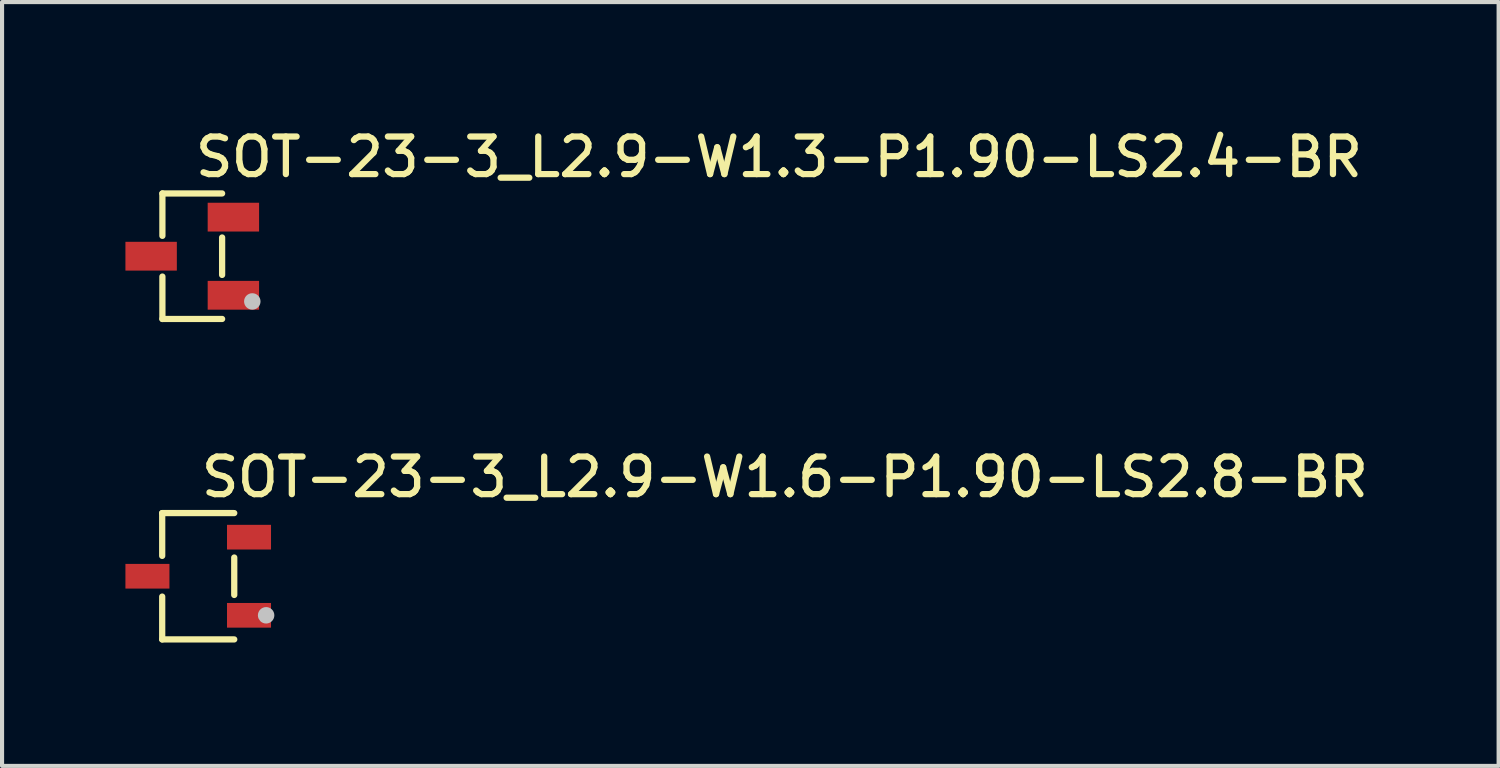
<source format=kicad_pcb>
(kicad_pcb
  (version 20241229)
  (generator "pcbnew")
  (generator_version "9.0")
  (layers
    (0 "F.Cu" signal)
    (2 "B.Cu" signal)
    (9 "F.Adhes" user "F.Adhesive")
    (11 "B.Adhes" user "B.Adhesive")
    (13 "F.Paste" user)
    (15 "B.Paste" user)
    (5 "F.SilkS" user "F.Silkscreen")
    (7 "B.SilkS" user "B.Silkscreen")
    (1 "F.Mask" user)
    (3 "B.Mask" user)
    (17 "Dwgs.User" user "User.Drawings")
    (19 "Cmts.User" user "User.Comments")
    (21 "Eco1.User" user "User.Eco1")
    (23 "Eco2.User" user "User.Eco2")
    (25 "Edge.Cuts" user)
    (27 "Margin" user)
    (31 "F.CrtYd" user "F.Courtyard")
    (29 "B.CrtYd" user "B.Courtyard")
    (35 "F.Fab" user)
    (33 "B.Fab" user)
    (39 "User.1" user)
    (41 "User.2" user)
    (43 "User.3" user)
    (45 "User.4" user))
  (footprint "SOT-23-3_L2.9-W1.3-P1.90-LS2.4-BR"
    (layer "F.Cu")
    (at 1.625 3.18)
    (property "Reference" "SOT-23-3_L2.9-W1.3-P1.90-LS2.4-BR" (at 0 -2.946 0) (layer "F.SilkS") (effects (font (size 0.914 0.914) (thickness 0.152)) (justify left top)))
    (fp_line (start -0.726 -1.526) (end -0.726 -0.495) (stroke (width 0.152) (type default)) (layer "F.SilkS"))
    (fp_line (start -0.726 1.526) (end -0.726 0.495) (stroke (width 0.152) (type default)) (layer "F.SilkS"))
    (fp_line (start 0.726 -1.526) (end -0.726 -1.526) (stroke (width 0.152) (type default)) (layer "F.SilkS"))
    (fp_line (start 0.726 -0.455) (end 0.726 0.455) (stroke (width 0.152) (type default)) (layer "F.SilkS"))
    (fp_line (start 0.726 1.526) (end -0.726 1.526) (stroke (width 0.152) (type default)) (layer "F.SilkS"))
    (fp_circle (center 1.46 1.1) (end 1.56 1.1) (stroke (width 0.2) (type default)) (fill no) (layer "Dwgs.User"))
    (fp_circle (center 1.2 1.45) (end 1.23 1.45) (stroke (width 0.06) (type default)) (fill no) (layer "User.5"))
    (pad "1" smd rect (at 1 0.95) (size 1.25 0.7) (layers "F.Cu" "F.Mask" "F.Paste"))
    (pad "2" smd rect (at 1 -0.95) (size 1.25 0.7) (layers "F.Cu" "F.Mask" "F.Paste"))
    (pad "3" smd rect (at -1 0) (size 1.25 0.7) (layers "F.Cu" "F.Mask" "F.Paste"))
    (zone (net_name "") (layer "User.3") (hatch edge 0.5) (priority 100) (connect_pads yes) (min_thickness 0) (filled_areas_thickness no) (fill yes) (polygon (pts (xy 0.985 4.63) (xy 0.985 1.73) (xy 2.285 1.73) (xy 2.285 4.63))) (filled_polygon (layer "User.3") (island) (pts (xy 0.985 4.63) (xy 0.985 1.73) (xy 2.285 1.73) (xy 2.285 4.63))))
    (zone (net_name "") (layer "User.4") (hatch edge 0.5) (priority 100) (connect_pads yes) (min_thickness 0) (filled_areas_thickness no) (fill yes) (polygon (pts (xy 0.435 3.395) (xy 0.435 2.965) (xy 0.735 2.965) (xy 0.735 3.395))) (filled_polygon (layer "User.4") (island) (pts (xy 0.435 3.395) (xy 0.435 2.965) (xy 0.735 2.965) (xy 0.735 3.395))))
    (zone (net_name "") (layer "User.4") (hatch edge 0.5) (priority 100) (connect_pads) (min_thickness 0) (filled_areas_thickness no) (keepout (tracks allowed) (vias allowed) (pads allowed) (copperpour not_allowed) (footprints allowed)) (placement (enabled no)) (fill) (polygon (pts (xy 0.725 3.395) (xy 0.725 2.965) (xy 0.995 2.965) (xy 0.995 3.395))))
    (zone (net_name "") (layer "User.4") (hatch edge 0.5) (priority 100) (connect_pads) (min_thickness 0) (filled_areas_thickness no) (keepout (tracks allowed) (vias allowed) (pads allowed) (copperpour not_allowed) (footprints allowed)) (placement (enabled no)) (fill) (polygon (pts (xy 2.275 2.445) (xy 2.275 2.015) (xy 2.545 2.015) (xy 2.545 2.445))))
    (zone (net_name "") (layer "User.4") (hatch edge 0.5) (priority 100) (connect_pads) (min_thickness 0) (filled_areas_thickness no) (keepout (tracks allowed) (vias allowed) (pads allowed) (copperpour not_allowed) (footprints allowed)) (placement (enabled no)) (fill) (polygon (pts (xy 2.275 4.345) (xy 2.275 3.914) (xy 2.545 3.914) (xy 2.545 4.345))))
    (zone (net_name "") (layer "User.4") (hatch edge 0.5) (priority 100) (connect_pads yes) (min_thickness 0) (filled_areas_thickness no) (fill yes) (polygon (pts (xy 2.535 2.445) (xy 2.535 2.015) (xy 2.835 2.015) (xy 2.835 2.445))) (filled_polygon (layer "User.4") (island) (pts (xy 2.535 2.445) (xy 2.535 2.015) (xy 2.835 2.015) (xy 2.835 2.445))))
    (zone (net_name "") (layer "User.4") (hatch edge 0.5) (priority 100) (connect_pads yes) (min_thickness 0) (filled_areas_thickness no) (fill yes) (polygon (pts (xy 2.535 4.345) (xy 2.535 3.914) (xy 2.835 3.914) (xy 2.835 4.345))) (filled_polygon (layer "User.4") (island) (pts (xy 2.535 4.345) (xy 2.535 3.914) (xy 2.835 3.914) (xy 2.835 4.345)))))
  (footprint "SOT-23-3_L2.9-W1.6-P1.90-LS2.8-BR"
    (layer "F.Cu")
    (at 1.77 10.962)
    (property "Reference" "SOT-23-3_L2.9-W1.6-P1.90-LS2.8-BR" (at -0.0001 -2.946 0) (layer "F.SilkS") (effects (font (size 0.914 0.914) (thickness 0.152)) (justify left top)))
    (fp_line (start -0.876 -1.536) (end -0.876 -0.495) (stroke (width 0.152) (type default)) (layer "F.SilkS"))
    (fp_line (start -0.876 1.536) (end -0.876 0.495) (stroke (width 0.152) (type default)) (layer "F.SilkS"))
    (fp_line (start 0.876 -1.536) (end -0.876 -1.536) (stroke (width 0.152) (type default)) (layer "F.SilkS"))
    (fp_line (start 0.876 -0.455) (end 0.876 0.455) (stroke (width 0.152) (type default)) (layer "F.SilkS"))
    (fp_line (start 0.876 1.536) (end -0.876 1.536) (stroke (width 0.152) (type default)) (layer "F.SilkS"))
    (fp_circle (center 1.651 0.95) (end 1.751 0.95) (stroke (width 0.2) (type default)) (fill no) (layer "Dwgs.User"))
    (fp_circle (center 1.4 1.46) (end 1.43 1.46) (stroke (width 0.06) (type default)) (fill no) (layer "User.5"))
    (pad "1" smd rect (at 1.235 0.95) (size 1.07 0.6) (layers "F.Cu" "F.Mask" "F.Paste"))
    (pad "2" smd rect (at 1.235 -0.95) (size 1.07 0.6) (layers "F.Cu" "F.Mask" "F.Paste"))
    (pad "3" smd rect (at -1.235 0) (size 1.07 0.6) (layers "F.Cu" "F.Mask" "F.Paste"))
    (zone (net_name "") (layer "User.3") (hatch edge 0.5) (priority 100) (connect_pads yes) (min_thickness 0) (filled_areas_thickness no) (fill yes) (polygon (pts (xy 0.98 12.412) (xy 0.98 9.492) (xy 2.58 9.492) (xy 2.58 12.412))) (filled_polygon (layer "User.3") (island) (pts (xy 0.98 12.412) (xy 0.98 9.492) (xy 2.58 9.492) (xy 2.58 12.412))))
    (zone (net_name "") (layer "User.4") (hatch edge 0.5) (priority 100) (connect_pads) (min_thickness 0) (filled_areas_thickness no) (keepout (tracks allowed) (vias allowed) (pads allowed) (copperpour not_allowed) (footprints allowed)) (placement (enabled no)) (fill) (polygon (pts (xy 0.82 11.152) (xy 0.82 10.752) (xy 0.99 10.752) (xy 0.99 11.152))))
    (zone (net_name "") (layer "User.4") (hatch edge 0.5) (priority 100) (connect_pads yes) (min_thickness 0) (filled_areas_thickness no) (fill yes) (polygon (pts (xy 0.83 11.152) (xy 0.83 10.752) (xy 0.38 10.752) (xy 0.38 11.152))) (filled_polygon (layer "User.4") (island) (pts (xy 0.83 11.152) (xy 0.83 10.752) (xy 0.38 10.752) (xy 0.38 11.152))))
    (zone (net_name "") (layer "User.4") (hatch edge 0.5) (priority 100) (connect_pads) (min_thickness 0) (filled_areas_thickness no) (keepout (tracks allowed) (vias allowed) (pads allowed) (copperpour not_allowed) (footprints allowed)) (placement (enabled no)) (fill) (polygon (pts (xy 2.57 10.202) (xy 2.57 9.802) (xy 2.74 9.802) (xy 2.74 10.202))))
    (zone (net_name "") (layer "User.4") (hatch edge 0.5) (priority 100) (connect_pads) (min_thickness 0) (filled_areas_thickness no) (keepout (tracks allowed) (vias allowed) (pads allowed) (copperpour not_allowed) (footprints allowed)) (placement (enabled no)) (fill) (polygon (pts (xy 2.57 12.102) (xy 2.57 11.702) (xy 2.74 11.702) (xy 2.74 12.102))))
    (zone (net_name "") (layer "User.4") (hatch edge 0.5) (priority 100) (connect_pads yes) (min_thickness 0) (filled_areas_thickness no) (fill yes) (polygon (pts (xy 2.73 10.202) (xy 2.73 9.802) (xy 3.18 9.802) (xy 3.18 10.202))) (filled_polygon (layer "User.4") (island) (pts (xy 2.73 10.202) (xy 2.73 9.802) (xy 3.18 9.802) (xy 3.18 10.202))))
    (zone (net_name "") (layer "User.4") (hatch edge 0.5) (priority 100) (connect_pads yes) (min_thickness 0) (filled_areas_thickness no) (fill yes) (polygon (pts (xy 2.73 12.102) (xy 2.73 11.702) (xy 3.18 11.702) (xy 3.18 12.102))) (filled_polygon (layer "User.4") (island) (pts (xy 2.73 12.102) (xy 2.73 11.702) (xy 3.18 11.702) (xy 3.18 12.102)))))
  (gr_rect
    (start -3 -3)
    (end 33.391 15.574)
    (stroke (width 0.1) (type default))
    (fill no)
    (layer "Edge.Cuts")))
</source>
